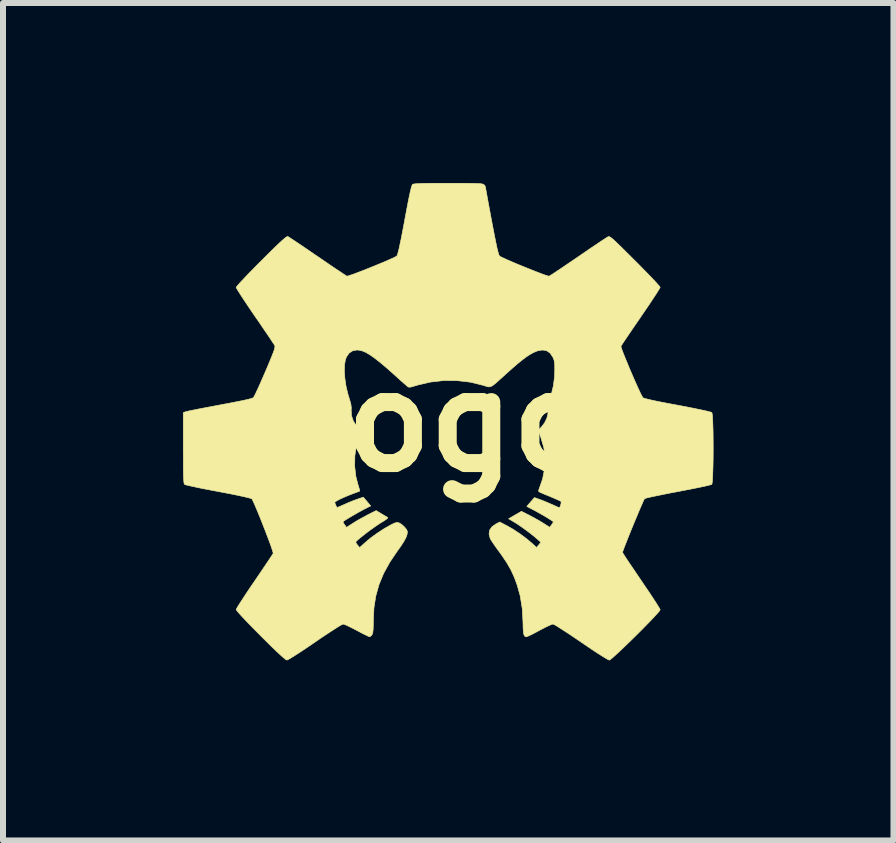
<source format=kicad_pcb>
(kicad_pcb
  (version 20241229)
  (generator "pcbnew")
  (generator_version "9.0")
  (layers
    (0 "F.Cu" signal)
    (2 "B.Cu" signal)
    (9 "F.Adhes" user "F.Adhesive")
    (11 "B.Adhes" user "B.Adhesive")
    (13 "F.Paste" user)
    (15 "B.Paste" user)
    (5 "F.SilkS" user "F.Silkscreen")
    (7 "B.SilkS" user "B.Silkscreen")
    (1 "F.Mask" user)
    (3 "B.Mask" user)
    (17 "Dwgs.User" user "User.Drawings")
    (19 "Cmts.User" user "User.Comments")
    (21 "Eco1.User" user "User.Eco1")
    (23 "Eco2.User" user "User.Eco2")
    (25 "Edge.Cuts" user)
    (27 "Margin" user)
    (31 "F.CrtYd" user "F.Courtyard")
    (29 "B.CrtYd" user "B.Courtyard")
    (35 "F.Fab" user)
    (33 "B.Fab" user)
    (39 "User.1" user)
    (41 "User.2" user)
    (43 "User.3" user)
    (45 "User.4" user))
  (footprint "logo"
    (layer "F.Cu")
    (at 4.413 3.979)
    (property "Reference" "logo" (at 0 0 0) (layer "F.SilkS") (effects (font (size 1.524 1.524) (thickness 0.3))))
    (attr through_hole)
    (fp_poly (pts (xy 0.157 -3.974) (xy 0.278 -3.974) (xy 0.374 -3.973) (xy 0.449 -3.972) (xy 0.506 -3.969) (xy 0.547 -3.967) (xy 0.574 -3.963) (xy 0.592 -3.958) (xy 0.602 -3.952) (xy 0.604 -3.951) (xy 0.623 -3.928) (xy 0.628 -3.917) (xy 0.63 -3.901) (xy 0.638 -3.858) (xy 0.65 -3.793) (xy 0.665 -3.708) (xy 0.684 -3.606) (xy 0.705 -3.492) (xy 0.728 -3.368) (xy 0.732 -3.347) (xy 0.762 -3.191) (xy 0.787 -3.063) (xy 0.808 -2.96) (xy 0.825 -2.881) (xy 0.84 -2.823) (xy 0.851 -2.785) (xy 0.861 -2.765) (xy 0.863 -2.762) (xy 0.884 -2.749) (xy 0.928 -2.728) (xy 0.991 -2.699) (xy 1.068 -2.666) (xy 1.154 -2.629) (xy 1.247 -2.591) (xy 1.341 -2.553) (xy 1.431 -2.517) (xy 1.515 -2.484) (xy 1.587 -2.457) (xy 1.643 -2.437) (xy 1.679 -2.427) (xy 1.689 -2.425) (xy 1.706 -2.435) (xy 1.745 -2.459) (xy 1.803 -2.497) (xy 1.876 -2.546) (xy 1.963 -2.605) (xy 2.06 -2.671) (xy 2.165 -2.742) (xy 2.175 -2.749) (xy 2.28 -2.821) (xy 2.379 -2.889) (xy 2.469 -2.949) (xy 2.545 -3.001) (xy 2.607 -3.041) (xy 2.65 -3.069) (xy 2.671 -3.082) (xy 2.672 -3.083) (xy 2.681 -3.085) (xy 2.693 -3.084) (xy 2.71 -3.076) (xy 2.732 -3.06) (xy 2.763 -3.034) (xy 2.804 -2.996) (xy 2.858 -2.944) (xy 2.926 -2.877) (xy 3.011 -2.793) (xy 3.115 -2.689) (xy 3.124 -2.681) (xy 3.215 -2.589) (xy 3.3 -2.502) (xy 3.376 -2.424) (xy 3.44 -2.357) (xy 3.49 -2.302) (xy 3.524 -2.264) (xy 3.54 -2.243) (xy 3.541 -2.241) (xy 3.533 -2.223) (xy 3.509 -2.185) (xy 3.473 -2.127) (xy 3.424 -2.053) (xy 3.367 -1.966) (xy 3.301 -1.869) (xy 3.229 -1.764) (xy 3.218 -1.747) (xy 3.146 -1.642) (xy 3.078 -1.543) (xy 3.018 -1.455) (xy 2.967 -1.379) (xy 2.927 -1.32) (xy 2.9 -1.278) (xy 2.888 -1.259) (xy 2.887 -1.258) (xy 2.891 -1.239) (xy 2.905 -1.197) (xy 2.928 -1.136) (xy 2.958 -1.061) (xy 2.994 -0.975) (xy 3.032 -0.882) (xy 3.073 -0.787) (xy 3.113 -0.694) (xy 3.152 -0.607) (xy 3.187 -0.53) (xy 3.217 -0.466) (xy 3.24 -0.422) (xy 3.254 -0.4) (xy 3.254 -0.399) (xy 3.276 -0.39) (xy 3.326 -0.377) (xy 3.401 -0.359) (xy 3.501 -0.338) (xy 3.623 -0.314) (xy 3.765 -0.287) (xy 3.831 -0.275) (xy 3.964 -0.25) (xy 4.085 -0.226) (xy 4.191 -0.204) (xy 4.278 -0.186) (xy 4.345 -0.17) (xy 4.387 -0.159) (xy 4.402 -0.153) (xy 4.408 -0.132) (xy 4.413 -0.086) (xy 4.417 -0.018) (xy 4.42 0.068) (xy 4.423 0.167) (xy 4.424 0.277) (xy 4.425 0.392) (xy 4.425 0.509) (xy 4.424 0.624) (xy 4.422 0.732) (xy 4.419 0.831) (xy 4.416 0.916) (xy 4.412 0.982) (xy 4.407 1.027) (xy 4.401 1.045) (xy 4.382 1.052) (xy 4.337 1.063) (xy 4.269 1.079) (xy 4.182 1.097) (xy 4.079 1.118) (xy 3.965 1.14) (xy 3.842 1.164) (xy 3.719 1.187) (xy 3.604 1.21) (xy 3.501 1.231) (xy 3.414 1.249) (xy 3.347 1.264) (xy 3.301 1.276) (xy 3.282 1.283) (xy 3.272 1.3) (xy 3.253 1.34) (xy 3.227 1.401) (xy 3.194 1.476) (xy 3.158 1.563) (xy 3.118 1.658) (xy 3.078 1.755) (xy 3.039 1.851) (xy 3.002 1.943) (xy 2.97 2.025) (xy 2.943 2.093) (xy 2.924 2.145) (xy 2.914 2.175) (xy 2.914 2.18) (xy 2.922 2.194) (xy 2.945 2.231) (xy 2.981 2.287) (xy 3.029 2.359) (xy 3.087 2.444) (xy 3.152 2.54) (xy 3.222 2.644) (xy 3.227 2.651) (xy 3.298 2.756) (xy 3.364 2.853) (xy 3.422 2.941) (xy 3.471 3.016) (xy 3.508 3.075) (xy 3.532 3.115) (xy 3.541 3.134) (xy 3.541 3.135) (xy 3.531 3.153) (xy 3.501 3.188) (xy 3.456 3.238) (xy 3.397 3.301) (xy 3.328 3.372) (xy 3.252 3.45) (xy 3.17 3.532) (xy 3.087 3.614) (xy 3.005 3.694) (xy 2.927 3.769) (xy 2.855 3.837) (xy 2.793 3.894) (xy 2.744 3.938) (xy 2.709 3.966) (xy 2.693 3.974) (xy 2.673 3.966) (xy 2.632 3.942) (xy 2.571 3.905) (xy 2.494 3.856) (xy 2.404 3.797) (xy 2.304 3.729) (xy 2.223 3.674) (xy 2.12 3.604) (xy 2.025 3.54) (xy 1.939 3.484) (xy 1.866 3.437) (xy 1.809 3.401) (xy 1.771 3.38) (xy 1.755 3.373) (xy 1.731 3.38) (xy 1.687 3.399) (xy 1.628 3.427) (xy 1.559 3.463) (xy 1.528 3.479) (xy 1.458 3.517) (xy 1.396 3.549) (xy 1.346 3.572) (xy 1.316 3.585) (xy 1.309 3.586) (xy 1.288 3.579) (xy 1.272 3.556) (xy 1.262 3.513) (xy 1.257 3.447) (xy 1.255 3.355) (xy 1.255 3.352) (xy 1.243 3.12) (xy 1.208 2.903) (xy 1.157 2.722) (xy 1.109 2.591) (xy 1.053 2.47) (xy 0.985 2.351) (xy 0.9 2.225) (xy 0.855 2.163) (xy 0.807 2.098) (xy 0.765 2.037) (xy 0.731 1.986) (xy 0.711 1.952) (xy 0.708 1.947) (xy 0.689 1.873) (xy 0.698 1.809) (xy 0.736 1.753) (xy 0.803 1.705) (xy 0.809 1.702) (xy 0.867 1.672) (xy 0.99 1.736) (xy 1.093 1.795) (xy 1.204 1.869) (xy 1.313 1.95) (xy 1.407 2.029) (xy 1.414 2.036) (xy 1.481 2.097) (xy 1.553 2.01) (xy 1.497 1.96) (xy 1.421 1.896) (xy 1.332 1.827) (xy 1.24 1.76) (xy 1.155 1.702) (xy 1.116 1.678) (xy 1.015 1.618) (xy 1.229 1.494) (xy 1.358 1.559) (xy 1.431 1.598) (xy 1.51 1.642) (xy 1.579 1.683) (xy 1.593 1.692) (xy 1.7 1.76) (xy 1.733 1.716) (xy 1.753 1.686) (xy 1.761 1.668) (xy 1.761 1.667) (xy 1.737 1.65) (xy 1.693 1.622) (xy 1.637 1.587) (xy 1.573 1.55) (xy 1.509 1.514) (xy 1.452 1.482) (xy 1.447 1.48) (xy 1.318 1.412) (xy 1.382 1.338) (xy 1.446 1.265) (xy 1.541 1.299) (xy 1.604 1.323) (xy 1.678 1.354) (xy 1.746 1.384) (xy 1.798 1.407) (xy 1.838 1.425) (xy 1.859 1.434) (xy 1.86 1.434) (xy 1.871 1.422) (xy 1.882 1.392) (xy 1.89 1.359) (xy 1.89 1.334) (xy 1.888 1.33) (xy 1.874 1.321) (xy 1.84 1.305) (xy 1.785 1.281) (xy 1.708 1.248) (xy 1.605 1.206) (xy 1.541 1.179) (xy 1.516 1.162) (xy 1.517 1.139) (xy 1.581 0.956) (xy 1.616 0.779) (xy 1.623 0.606) (xy 1.602 0.434) (xy 1.553 0.265) (xy 1.509 0.143) (xy 1.56 0.09) (xy 1.614 0.02) (xy 1.652 -0.058) (xy 1.671 -0.135) (xy 1.668 -0.204) (xy 1.662 -0.223) (xy 1.657 -0.255) (xy 1.666 -0.295) (xy 1.683 -0.336) (xy 1.727 -0.458) (xy 1.761 -0.598) (xy 1.78 -0.748) (xy 1.784 -0.844) (xy 1.784 -0.92) (xy 1.781 -0.975) (xy 1.775 -1.016) (xy 1.764 -1.05) (xy 1.75 -1.08) (xy 1.705 -1.145) (xy 1.647 -1.184) (xy 1.577 -1.195) (xy 1.494 -1.18) (xy 1.426 -1.151) (xy 1.372 -1.121) (xy 1.312 -1.082) (xy 1.244 -1.031) (xy 1.164 -0.966) (xy 1.07 -0.885) (xy 0.958 -0.785) (xy 0.951 -0.778) (xy 0.874 -0.708) (xy 0.815 -0.655) (xy 0.771 -0.618) (xy 0.737 -0.595) (xy 0.71 -0.583) (xy 0.684 -0.58) (xy 0.657 -0.585) (xy 0.623 -0.596) (xy 0.592 -0.606) (xy 0.381 -0.658) (xy 0.161 -0.684) (xy -0.063 -0.686) (xy -0.285 -0.661) (xy -0.5 -0.611) (xy -0.523 -0.604) (xy -0.583 -0.586) (xy -0.621 -0.576) (xy -0.645 -0.575) (xy -0.662 -0.581) (xy -0.677 -0.593) (xy -0.699 -0.612) (xy -0.738 -0.646) (xy -0.791 -0.693) (xy -0.853 -0.749) (xy -0.905 -0.796) (xy -1.028 -0.905) (xy -1.133 -0.993) (xy -1.223 -1.063) (xy -1.299 -1.116) (xy -1.365 -1.155) (xy -1.423 -1.179) (xy -1.476 -1.192) (xy -1.516 -1.195) (xy -1.586 -1.181) (xy -1.645 -1.142) (xy -1.688 -1.079) (xy -1.705 -1.035) (xy -1.72 -0.948) (xy -1.723 -0.84) (xy -1.714 -0.719) (xy -1.695 -0.59) (xy -1.664 -0.46) (xy -1.636 -0.369) (xy -1.615 -0.296) (xy -1.607 -0.236) (xy -1.609 -0.189) (xy -1.604 -0.099) (xy -1.573 -0.01) (xy -1.52 0.069) (xy -1.493 0.096) (xy -1.436 0.148) (xy -1.471 0.235) (xy -1.521 0.395) (xy -1.548 0.566) (xy -1.551 0.742) (xy -1.531 0.914) (xy -1.492 1.063) (xy -1.477 1.11) (xy -1.468 1.144) (xy -1.466 1.156) (xy -1.482 1.163) (xy -1.518 1.177) (xy -1.567 1.195) (xy -1.569 1.196) (xy -1.648 1.226) (xy -1.724 1.258) (xy -1.79 1.288) (xy -1.841 1.314) (xy -1.874 1.335) (xy -1.883 1.345) (xy -1.876 1.368) (xy -1.862 1.401) (xy -1.848 1.428) (xy -1.846 1.431) (xy -1.832 1.427) (xy -1.797 1.412) (xy -1.748 1.391) (xy -1.724 1.38) (xy -1.654 1.349) (xy -1.578 1.318) (xy -1.512 1.294) (xy -1.507 1.292) (xy -1.407 1.258) (xy -1.345 1.331) (xy -1.284 1.404) (xy -1.392 1.458) (xy -1.437 1.482) (xy -1.494 1.514) (xy -1.557 1.55) (xy -1.62 1.587) (xy -1.676 1.62) (xy -1.719 1.648) (xy -1.744 1.665) (xy -1.746 1.667) (xy -1.742 1.681) (xy -1.725 1.709) (xy -1.719 1.717) (xy -1.687 1.762) (xy -1.579 1.692) (xy -1.516 1.653) (xy -1.438 1.609) (xy -1.36 1.567) (xy -1.333 1.552) (xy -1.193 1.482) (xy -1.108 1.533) (xy -1.061 1.561) (xy -1.023 1.583) (xy -1.003 1.595) (xy -1.001 1.606) (xy -1.022 1.626) (xy -1.067 1.656) (xy -1.103 1.677) (xy -1.149 1.707) (xy -1.208 1.747) (xy -1.273 1.793) (xy -1.341 1.843) (xy -1.405 1.893) (xy -1.461 1.938) (xy -1.504 1.974) (xy -1.529 1.998) (xy -1.531 2.002) (xy -1.528 2.021) (xy -1.509 2.05) (xy -1.504 2.056) (xy -1.468 2.098) (xy -1.374 2.013) (xy -1.282 1.936) (xy -1.173 1.857) (xy -1.059 1.783) (xy -0.952 1.722) (xy -0.944 1.718) (xy -0.893 1.693) (xy -0.858 1.681) (xy -0.832 1.68) (xy -0.806 1.689) (xy -0.806 1.689) (xy -0.767 1.713) (xy -0.727 1.749) (xy -0.693 1.788) (xy -0.674 1.824) (xy -0.672 1.835) (xy -0.678 1.881) (xy -0.697 1.934) (xy -0.731 1.997) (xy -0.782 2.076) (xy -0.835 2.149) (xy -0.965 2.341) (xy -1.068 2.528) (xy -1.145 2.714) (xy -1.199 2.906) (xy -1.23 3.105) (xy -1.24 3.319) (xy -1.24 3.323) (xy -1.241 3.41) (xy -1.244 3.472) (xy -1.249 3.514) (xy -1.257 3.542) (xy -1.263 3.553) (xy -1.286 3.577) (xy -1.302 3.586) (xy -1.32 3.579) (xy -1.359 3.56) (xy -1.415 3.533) (xy -1.481 3.498) (xy -1.514 3.48) (xy -1.586 3.443) (xy -1.65 3.411) (xy -1.702 3.387) (xy -1.736 3.375) (xy -1.743 3.374) (xy -1.763 3.382) (xy -1.805 3.405) (xy -1.865 3.443) (xy -1.941 3.492) (xy -2.031 3.551) (xy -2.132 3.618) (xy -2.212 3.674) (xy -2.315 3.744) (xy -2.41 3.808) (xy -2.496 3.864) (xy -2.569 3.911) (xy -2.626 3.946) (xy -2.665 3.968) (xy -2.681 3.974) (xy -2.7 3.964) (xy -2.738 3.934) (xy -2.796 3.882) (xy -2.873 3.81) (xy -2.969 3.716) (xy -3.086 3.6) (xy -3.119 3.567) (xy -3.217 3.468) (xy -3.305 3.378) (xy -3.381 3.299) (xy -3.443 3.233) (xy -3.489 3.182) (xy -3.517 3.147) (xy -3.526 3.132) (xy -3.518 3.114) (xy -3.495 3.074) (xy -3.458 3.016) (xy -3.41 2.942) (xy -3.353 2.855) (xy -3.288 2.758) (xy -3.222 2.662) (xy -3.152 2.559) (xy -3.087 2.463) (xy -3.029 2.377) (xy -2.98 2.304) (xy -2.943 2.248) (xy -2.918 2.21) (xy -2.909 2.194) (xy -2.913 2.175) (xy -2.926 2.132) (xy -2.947 2.07) (xy -2.975 1.993) (xy -3.009 1.904) (xy -3.045 1.809) (xy -3.084 1.71) (xy -3.122 1.613) (xy -3.159 1.522) (xy -3.194 1.439) (xy -3.223 1.371) (xy -3.247 1.32) (xy -3.262 1.29) (xy -3.265 1.286) (xy -3.286 1.278) (xy -3.333 1.265) (xy -3.406 1.248) (xy -3.503 1.227) (xy -3.621 1.203) (xy -3.758 1.177) (xy -3.825 1.164) (xy -3.948 1.141) (xy -4.063 1.119) (xy -4.166 1.098) (xy -4.253 1.079) (xy -4.321 1.064) (xy -4.366 1.053) (xy -4.385 1.046) (xy -4.391 1.038) (xy -4.396 1.021) (xy -4.399 0.995) (xy -4.402 0.954) (xy -4.405 0.898) (xy -4.406 0.823) (xy -4.407 0.727) (xy -4.407 0.607) (xy -4.408 0.46) (xy -4.408 0.439) (xy -4.408 -0.15) (xy -4.374 -0.164) (xy -4.352 -0.17) (xy -4.304 -0.181) (xy -4.234 -0.195) (xy -4.145 -0.213) (xy -4.04 -0.233) (xy -3.924 -0.255) (xy -3.803 -0.278) (xy -3.642 -0.308) (xy -3.509 -0.334) (xy -3.404 -0.355) (xy -3.326 -0.373) (xy -3.273 -0.387) (xy -3.244 -0.398) (xy -3.239 -0.401) (xy -3.227 -0.421) (xy -3.205 -0.464) (xy -3.175 -0.528) (xy -3.138 -0.608) (xy -3.097 -0.702) (xy -3.052 -0.804) (xy -3.04 -0.832) (xy -2.99 -0.95) (xy -2.951 -1.044) (xy -2.922 -1.116) (xy -2.901 -1.171) (xy -2.888 -1.21) (xy -2.882 -1.238) (xy -2.88 -1.257) (xy -2.884 -1.27) (xy -2.885 -1.273) (xy -2.898 -1.293) (xy -2.925 -1.334) (xy -2.965 -1.395) (xy -3.016 -1.47) (xy -3.077 -1.559) (xy -3.143 -1.657) (xy -3.215 -1.76) (xy -3.286 -1.864) (xy -3.351 -1.961) (xy -3.409 -2.048) (xy -3.457 -2.122) (xy -3.494 -2.181) (xy -3.518 -2.22) (xy -3.526 -2.239) (xy -3.526 -2.239) (xy -3.516 -2.254) (xy -3.487 -2.289) (xy -3.441 -2.339) (xy -3.38 -2.404) (xy -3.308 -2.479) (xy -3.225 -2.564) (xy -3.135 -2.655) (xy -3.109 -2.68) (xy -2.998 -2.791) (xy -2.906 -2.882) (xy -2.832 -2.954) (xy -2.773 -3.009) (xy -2.729 -3.048) (xy -2.697 -3.073) (xy -2.677 -3.086) (xy -2.666 -3.087) (xy -2.649 -3.077) (xy -2.609 -3.051) (xy -2.551 -3.013) (xy -2.476 -2.963) (xy -2.389 -2.904) (xy -2.291 -2.837) (xy -2.186 -2.765) (xy -2.172 -2.756) (xy -2.066 -2.684) (xy -1.968 -2.616) (xy -1.879 -2.556) (xy -1.803 -2.506) (xy -1.744 -2.466) (xy -1.702 -2.439) (xy -1.682 -2.426) (xy -1.681 -2.426) (xy -1.662 -2.429) (xy -1.62 -2.443) (xy -1.558 -2.464) (xy -1.482 -2.493) (xy -1.396 -2.526) (xy -1.304 -2.563) (xy -1.21 -2.601) (xy -1.118 -2.639) (xy -1.033 -2.674) (xy -0.96 -2.707) (xy -0.901 -2.733) (xy -0.862 -2.753) (xy -0.849 -2.762) (xy -0.84 -2.778) (xy -0.829 -2.815) (xy -0.814 -2.872) (xy -0.797 -2.951) (xy -0.775 -3.055) (xy -0.75 -3.185) (xy -0.72 -3.343) (xy -0.717 -3.362) (xy -0.687 -3.521) (xy -0.662 -3.652) (xy -0.641 -3.757) (xy -0.623 -3.838) (xy -0.609 -3.897) (xy -0.597 -3.935) (xy -0.588 -3.954) (xy -0.586 -3.956) (xy -0.572 -3.961) (xy -0.543 -3.965) (xy -0.497 -3.968) (xy -0.431 -3.971) (xy -0.344 -3.973) (xy -0.232 -3.974) (xy -0.095 -3.974) (xy 0.009 -3.974) (xy 0.157 -3.974)) (stroke (width 0.01) (type solid)) (fill yes) (layer "F.SilkS")))
  (gr_rect
    (start -3 -3)
    (end 11.843 10.959)
    (stroke (width 0.1) (type default))
    (fill no)
    (layer "Edge.Cuts")))
</source>
